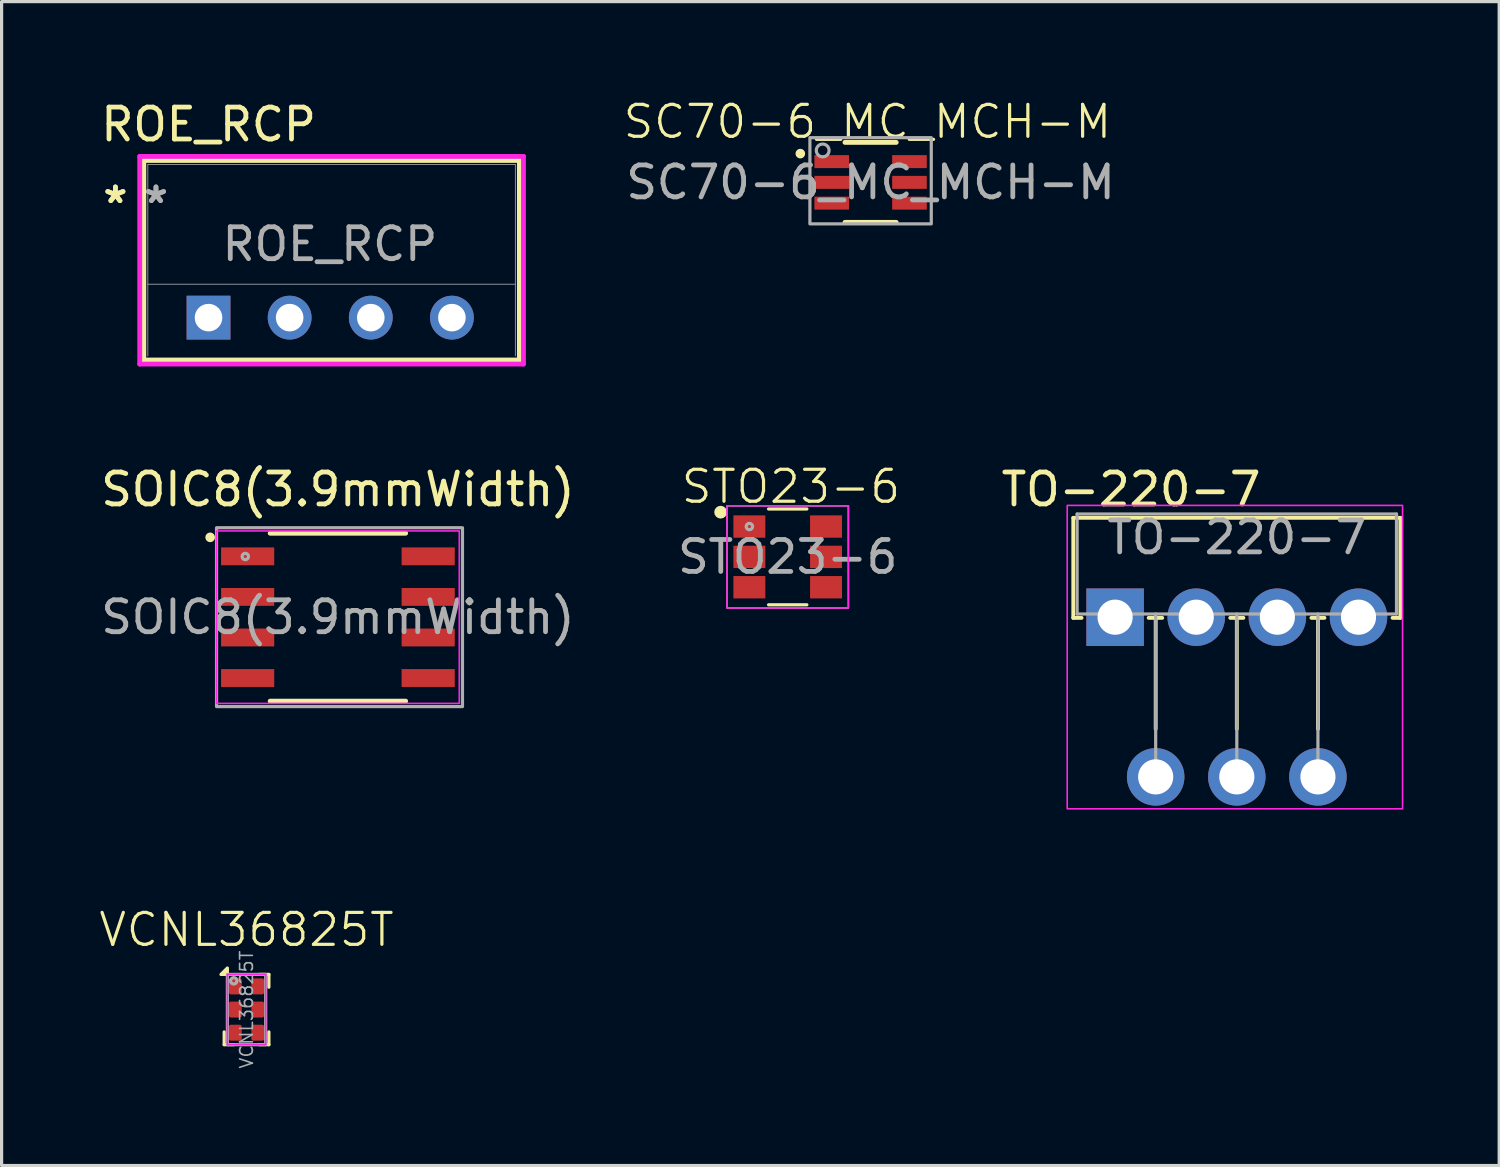
<source format=kicad_pcb>
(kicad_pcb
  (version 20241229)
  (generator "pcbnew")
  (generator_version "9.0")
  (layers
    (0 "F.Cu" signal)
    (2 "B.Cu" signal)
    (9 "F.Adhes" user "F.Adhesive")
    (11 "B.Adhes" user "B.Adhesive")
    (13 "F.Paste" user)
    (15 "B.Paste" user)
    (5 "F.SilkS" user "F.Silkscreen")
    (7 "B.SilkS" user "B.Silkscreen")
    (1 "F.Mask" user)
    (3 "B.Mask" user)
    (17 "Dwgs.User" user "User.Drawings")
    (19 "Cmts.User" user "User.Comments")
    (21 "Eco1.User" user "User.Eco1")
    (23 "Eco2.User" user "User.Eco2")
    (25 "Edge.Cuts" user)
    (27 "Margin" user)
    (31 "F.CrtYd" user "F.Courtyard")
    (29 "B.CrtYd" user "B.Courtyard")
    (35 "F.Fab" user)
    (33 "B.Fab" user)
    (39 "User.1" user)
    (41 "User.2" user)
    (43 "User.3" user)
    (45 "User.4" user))
  (footprint "SOIC8(3.9mmWidth)"
    (layer "F.Cu")
    (at 7.53 16.274)
    (property "Reference" "SOIC8(3.9mmWidth)" (at 0 -4 0) (unlocked yes) (layer "F.SilkS") (effects (font (size 1 1) (thickness 0.15))))
    (attr smd)
    (fp_line (start -2.121 2.629) (end 2.121 2.629) (stroke (width 0.152) (type solid)) (layer "F.SilkS"))
    (fp_line (start 2.121 -2.629) (end -2.121 -2.629) (stroke (width 0.152) (type solid)) (layer "F.SilkS"))
    (fp_circle (center -4 -2.5) (end -3.9 -2.5) (stroke (width 0.1) (type solid)) (fill yes) (layer "F.SilkS"))
    (fp_rect (start -3.8 -2.7) (end 3.8 2.7) (stroke (width 0.05) (type default)) (fill no) (layer "F.CrtYd"))
    (fp_rect (start -3.8 -2.8) (end 3.9 2.8) (stroke (width 0.1) (type default)) (fill no) (layer "F.Fab"))
    (fp_circle (center -2.9 -1.9) (end -2.8 -1.9) (stroke (width 0.1) (type solid)) (fill no) (layer "F.Fab"))
    (fp_text user "${REFERENCE}" (at 0 0 0) (unlocked yes) (layer "F.Fab") (effects (font (size 1 1) (thickness 0.15))))
    (pad "1" smd rect (at -2.826 -1.905) (size 1.664 0.559) (layers "F.Cu" "F.Mask" "F.Paste"))
    (pad "2" smd rect (at -2.826 -0.635) (size 1.664 0.559) (layers "F.Cu" "F.Mask" "F.Paste"))
    (pad "3" smd rect (at -2.826 0.635) (size 1.664 0.559) (layers "F.Cu" "F.Mask" "F.Paste"))
    (pad "4" smd rect (at -2.826 1.905) (size 1.664 0.559) (layers "F.Cu" "F.Mask" "F.Paste"))
    (pad "5" smd rect (at 2.826 1.905) (size 1.664 0.559) (layers "F.Cu" "F.Mask" "F.Paste"))
    (pad "6" smd rect (at 2.826 0.635) (size 1.664 0.559) (layers "F.Cu" "F.Mask" "F.Paste"))
    (pad "7" smd rect (at 2.826 -0.635) (size 1.664 0.559) (layers "F.Cu" "F.Mask" "F.Paste"))
    (pad "8" smd rect (at 2.826 -1.905) (size 1.664 0.559) (layers "F.Cu" "F.Mask" "F.Paste")))
  (footprint "ROE_RCP"
    (layer "F.Cu")
    (at 3.479 6.895)
    (property "Reference" "ROE_RCP" (at 0.003 -6.047 0) (unlocked yes) (layer "F.SilkS") (effects (font (size 1 1) (thickness 0.15))))
    (attr through_hole)
    (fp_line (start -2.027 -4.921) (end -2.027 1.327) (stroke (width 0.152) (type solid)) (layer "F.SilkS"))
    (fp_line (start -2.027 1.327) (end 9.733 1.327) (stroke (width 0.152) (type solid)) (layer "F.SilkS"))
    (fp_line (start 9.733 -4.921) (end -2.027 -4.921) (stroke (width 0.152) (type solid)) (layer "F.SilkS"))
    (fp_line (start 9.733 1.327) (end 9.733 -4.921) (stroke (width 0.152) (type solid)) (layer "F.SilkS"))
    (fp_line (start -2.154 -5.048) (end 9.86 -5.048) (stroke (width 0.152) (type solid)) (layer "F.CrtYd"))
    (fp_line (start -2.154 1.454) (end -2.154 -5.048) (stroke (width 0.152) (type solid)) (layer "F.CrtYd"))
    (fp_line (start 9.86 -5.048) (end 9.86 1.454) (stroke (width 0.152) (type solid)) (layer "F.CrtYd"))
    (fp_line (start 9.86 1.454) (end -2.154 1.454) (stroke (width 0.152) (type solid)) (layer "F.CrtYd"))
    (fp_line (start -1.9 -4.794) (end -1.9 1.2) (stroke (width 0.025) (type solid)) (layer "F.Fab"))
    (fp_line (start -1.9 -1.047) (end 9.606 -1.047) (stroke (width 0.025) (type solid)) (layer "F.Fab"))
    (fp_line (start 9.606 -4.794) (end -1.9 -4.794) (stroke (width 0.025) (type solid)) (layer "F.Fab"))
    (fp_line (start 9.606 1.2) (end 9.606 -4.794) (stroke (width 0.025) (type solid)) (layer "F.Fab"))
    (fp_text user "*" (at -2.916 -3.547 0) (layer "F.SilkS") (effects (font (size 1 1) (thickness 0.15))))
    (fp_text user "*" (at -2.916 -3.547 0) (unlocked yes) (layer "F.SilkS") (effects (font (size 1 1) (thickness 0.15))))
    (fp_text user "*" (at -1.646 -3.547 0) (unlocked yes) (layer "F.Fab") (effects (font (size 1 1) (thickness 0.15))))
    (fp_text user "${REFERENCE}" (at 3.8 -2.3 0) (unlocked yes) (layer "F.Fab") (effects (font (size 1 1) (thickness 0.15))))
    (fp_text user "*" (at -1.646 -3.547 0) (layer "F.Fab") (effects (font (size 1 1) (thickness 0.15))))
    (pad "1" thru_hole rect (at 0 0) (size 1.372 1.372) (drill 0.864) (layers "*.Cu" "*.Mask"))
    (pad "2" thru_hole circle (at 2.54 0) (size 1.372 1.372) (drill 0.864) (layers "*.Cu" "*.Mask"))
    (pad "3" thru_hole circle (at 5.08 0) (size 1.372 1.372) (drill 0.864) (layers "*.Cu" "*.Mask"))
    (pad "4" thru_hole circle (at 7.62 0) (size 1.372 1.372) (drill 0.864) (layers "*.Cu" "*.Mask")))
  (footprint "TO-220-7"
    (layer "F.Cu")
    (at 31.864 16.274)
    (property "Reference" "TO-220-7" (at 0.5 -4 0) (layer "F.SilkS") (effects (font (size 1 1) (thickness 0.15))))
    (attr through_hole)
    (fp_line (start -1.31 -3.111) (end -1.31 0.021) (stroke (width 0.12) (type solid)) (layer "F.SilkS"))
    (fp_line (start -1.31 -3.111) (end 8.93 -3.111) (stroke (width 0.12) (type solid)) (layer "F.SilkS"))
    (fp_line (start -1.31 0.021) (end -1.05 0.021) (stroke (width 0.12) (type solid)) (layer "F.SilkS"))
    (fp_line (start 1.05 0.021) (end 1.475 0.021) (stroke (width 0.12) (type solid)) (layer "F.SilkS"))
    (fp_line (start 1.27 0.021) (end 1.27 3.5) (stroke (width 0.12) (type solid)) (layer "F.SilkS"))
    (fp_line (start 3.605 0.021) (end 4.016 0.021) (stroke (width 0.12) (type solid)) (layer "F.SilkS"))
    (fp_line (start 3.81 0.021) (end 3.81 3.5) (stroke (width 0.12) (type solid)) (layer "F.SilkS"))
    (fp_line (start 6.145 0.021) (end 6.555 0.021) (stroke (width 0.12) (type solid)) (layer "F.SilkS"))
    (fp_line (start 6.35 0.021) (end 6.35 3.5) (stroke (width 0.12) (type solid)) (layer "F.SilkS"))
    (fp_line (start 8.685 0.021) (end 8.93 0.021) (stroke (width 0.12) (type solid)) (layer "F.SilkS"))
    (fp_line (start 8.93 -3.111) (end 8.93 0.021) (stroke (width 0.12) (type solid)) (layer "F.SilkS"))
    (fp_rect (start -1.5 -3.5) (end 9 6) (stroke (width 0.05) (type default)) (fill no) (layer "F.CrtYd"))
    (fp_line (start -1.19 -3.23) (end -1.19 -0.1) (stroke (width 0.1) (type solid)) (layer "F.Fab"))
    (fp_line (start -1.19 -3.23) (end 8.81 -3.23) (stroke (width 0.1) (type solid)) (layer "F.Fab"))
    (fp_line (start -1.19 -0.1) (end 8.81 -0.1) (stroke (width 0.1) (type solid)) (layer "F.Fab"))
    (fp_line (start 0 -0.1) (end 0 0) (stroke (width 0.1) (type solid)) (layer "F.Fab"))
    (fp_line (start 1.27 -0.1) (end 1.27 5) (stroke (width 0.1) (type solid)) (layer "F.Fab"))
    (fp_line (start 2.54 -0.1) (end 2.54 0) (stroke (width 0.1) (type solid)) (layer "F.Fab"))
    (fp_line (start 3.81 -0.1) (end 3.81 5) (stroke (width 0.1) (type solid)) (layer "F.Fab"))
    (fp_line (start 5.08 -0.1) (end 5.08 0) (stroke (width 0.1) (type solid)) (layer "F.Fab"))
    (fp_line (start 6.35 -0.1) (end 6.35 5) (stroke (width 0.1) (type solid)) (layer "F.Fab"))
    (fp_line (start 7.62 -0.1) (end 7.62 0) (stroke (width 0.1) (type solid)) (layer "F.Fab"))
    (fp_line (start 8.81 -0.1) (end 8.81 -3.23) (stroke (width 0.1) (type solid)) (layer "F.Fab"))
    (fp_text user "${REFERENCE}" (at 3.81 -2.5 0) (layer "F.Fab") (effects (font (size 1 1) (thickness 0.15))))
    (pad "1" thru_hole rect (at 0 0) (size 1.8 1.8) (drill 1.1) (layers "*.Cu" "*.Mask"))
    (pad "2" thru_hole oval (at 1.27 5) (size 1.8 1.8) (drill 1.1) (layers "*.Cu" "*.Mask"))
    (pad "3" thru_hole oval (at 2.54 0) (size 1.8 1.8) (drill 1.1) (layers "*.Cu" "*.Mask"))
    (pad "4" thru_hole oval (at 3.81 5) (size 1.8 1.8) (drill 1.1) (layers "*.Cu" "*.Mask"))
    (pad "5" thru_hole oval (at 5.08 0) (size 1.8 1.8) (drill 1.1) (layers "*.Cu" "*.Mask"))
    (pad "6" thru_hole oval (at 6.35 5) (size 1.8 1.8) (drill 1.1) (layers "*.Cu" "*.Mask"))
    (pad "7" thru_hole oval (at 7.62 0) (size 1.8 1.8) (drill 1.1) (layers "*.Cu" "*.Mask")))
  (footprint "VCNL36825T"
    (layer "F.Cu")
    (at 4.669 28.559)
    (property "Reference" "VCNL36825T" (at 0 -2.5 0) (unlocked yes) (layer "F.SilkS") (effects (font (size 1 1) (thickness 0.1))))
    (attr smd)
    (fp_line (start -0.7 0.7) (end -0.7 1.1) (stroke (width 0.1) (type default)) (layer "F.SilkS"))
    (fp_line (start -0.7 1.1) (end -0.4 1.1) (stroke (width 0.1) (type default)) (layer "F.SilkS"))
    (fp_line (start 0.7 -1.1) (end 0.4 -1.1) (stroke (width 0.1) (type default)) (layer "F.SilkS"))
    (fp_line (start 0.7 -0.7) (end 0.7 -1.1) (stroke (width 0.1) (type default)) (layer "F.SilkS"))
    (fp_line (start 0.7 0.7) (end 0.7 1.1) (stroke (width 0.1) (type default)) (layer "F.SilkS"))
    (fp_line (start 0.7 1.1) (end 0.4 1.1) (stroke (width 0.1) (type default)) (layer "F.SilkS"))
    (fp_poly (pts (xy -0.6 -1.1) (xy -0.6 -1.3) (xy -0.8 -1.1)) (stroke (width 0.1) (type solid)) (fill yes) (layer "F.SilkS"))
    (fp_rect (start -0.6 -1.1) (end 0.6 1.1) (stroke (width 0.05) (type default)) (fill no) (layer "F.CrtYd"))
    (fp_rect (start -0.6 -1.1) (end 0.6 1.1) (stroke (width 0.1) (type default)) (fill no) (layer "F.Fab"))
    (fp_circle (center -0.4 -0.9) (end -0.5 -0.9) (stroke (width 0.1) (type default)) (fill no) (layer "F.Fab"))
    (fp_text user "${REFERENCE}" (at 0 0 90) (unlocked yes) (layer "F.Fab") (effects (font (size 0.4 0.4) (thickness 0.05))))
    (pad "1" smd roundrect (at -0.35 -0.725) (size 0.4 0.5) (layers "F.Cu" "F.Mask" "F.Paste") (roundrect_rratio 0.15))
    (pad "2" smd roundrect (at -0.35 0) (size 0.4 0.5) (layers "F.Cu" "F.Mask" "F.Paste") (roundrect_rratio 0.15))
    (pad "3" smd roundrect (at -0.35 0.725) (size 0.4 0.5) (layers "F.Cu" "F.Mask" "F.Paste") (roundrect_rratio 0.15))
    (pad "4" smd roundrect (at 0.35 0.725) (size 0.4 0.5) (layers "F.Cu" "F.Mask" "F.Paste") (roundrect_rratio 0.15))
    (pad "5" smd roundrect (at 0.35 0) (size 0.4 0.5) (layers "F.Cu" "F.Mask" "F.Paste") (roundrect_rratio 0.15))
    (pad "6" smd roundrect (at 0.35 -0.725) (size 0.4 0.5) (layers "F.Cu" "F.Mask" "F.Paste") (roundrect_rratio 0.15)))
  (footprint "SC70-6_MC_MCH-M"
    (layer "F.Cu")
    (at 24.208 2.66)
    (property "Reference" "SC70-6_MC_MCH-M" (at -0.1 -1.9 0) (unlocked yes) (layer "F.SilkS") (effects (font (size 1 1) (thickness 0.1))))
    (attr smd)
    (fp_line (start -0.802 1.252) (end 0.802 1.252) (stroke (width 0.152) (type solid)) (layer "F.SilkS"))
    (fp_line (start 0.802 -1.252) (end -0.802 -1.252) (stroke (width 0.152) (type solid)) (layer "F.SilkS"))
    (fp_circle (center -2.2 -0.9) (end -2.1 -0.9) (stroke (width 0.1) (type solid)) (fill yes) (layer "F.SilkS"))
    (fp_rect (start -1.9 -1.4) (end 1.9 1.3) (stroke (width 0.1) (type default)) (fill no) (layer "F.Fab"))
    (fp_circle (center -1.5 -1) (end -1.3 -1) (stroke (width 0.1) (type solid)) (fill no) (layer "F.Fab"))
    (fp_text user "${REFERENCE}" (at 0 0 0) (unlocked yes) (layer "F.Fab") (effects (font (size 1 1) (thickness 0.15))))
    (pad "1" smd rect (at -1.217 -0.65) (size 1.084 0.406) (layers "F.Cu" "F.Mask" "F.Paste"))
    (pad "2" smd rect (at -1.217 0) (size 1.084 0.406) (layers "F.Cu" "F.Mask" "F.Paste"))
    (pad "3" smd rect (at -1.217 0.65) (size 1.084 0.406) (layers "F.Cu" "F.Mask" "F.Paste"))
    (pad "4" smd rect (at 1.217 0.65) (size 1.084 0.406) (layers "F.Cu" "F.Mask" "F.Paste"))
    (pad "5" smd rect (at 1.217 0) (size 1.084 0.406) (layers "F.Cu" "F.Mask" "F.Paste"))
    (pad "6" smd rect (at 1.217 -0.65) (size 1.084 0.406) (layers "F.Cu" "F.Mask" "F.Paste")))
  (footprint "STO23-6"
    (layer "F.Cu")
    (at 21.613 14.386)
    (property "Reference" "STO23-6" (at 0.1 -2.2 0) (unlocked yes) (layer "F.SilkS") (effects (font (size 1 1) (thickness 0.1))))
    (attr smd)
    (fp_line (start -0.6 -1.5) (end 0.6 -1.5) (stroke (width 0.1) (type default)) (layer "F.SilkS"))
    (fp_line (start -0.6 1.5) (end 0.6 1.5) (stroke (width 0.1) (type default)) (layer "F.SilkS"))
    (fp_circle (center -2.1 -1.4) (end -2 -1.4) (stroke (width 0.2) (type default)) (fill no) (layer "F.SilkS"))
    (fp_rect (start -1.9 -1.6) (end 1.9 1.6) (stroke (width 0.05) (type default)) (fill no) (layer "F.CrtYd"))
    (fp_rect (start -1.9 -1.6) (end 1.9 1.6) (stroke (width 0.05) (type default)) (fill no) (layer "F.Fab"))
    (fp_circle (center -1.2 -0.95) (end -1.1 -0.95) (stroke (width 0.1) (type solid)) (fill no) (layer "F.Fab"))
    (fp_text user "${REFERENCE}" (at 0 0 0) (unlocked yes) (layer "F.Fab") (effects (font (size 1 1) (thickness 0.15))))
    (pad "1" smd rect (at -1.2 -0.95) (size 1 0.7) (layers "F.Cu" "F.Mask" "F.Paste"))
    (pad "2" smd rect (at -1.2 0) (size 1 0.7) (layers "F.Cu" "F.Mask" "F.Paste"))
    (pad "3" smd rect (at -1.2 0.95) (size 1 0.7) (layers "F.Cu" "F.Mask" "F.Paste"))
    (pad "4" smd rect (at 1.2 0.95) (size 1 0.7) (layers "F.Cu" "F.Mask" "F.Paste"))
    (pad "5" smd rect (at 1.2 0) (size 1 0.7) (layers "F.Cu" "F.Mask" "F.Paste"))
    (pad "6" smd rect (at 1.2 -0.95) (size 1 0.7) (layers "F.Cu" "F.Mask" "F.Paste")))
  (gr_rect
    (start -3 -3)
    (end 43.889 33.442)
    (stroke (width 0.1) (type default))
    (fill no)
    (layer "Edge.Cuts")))
</source>
